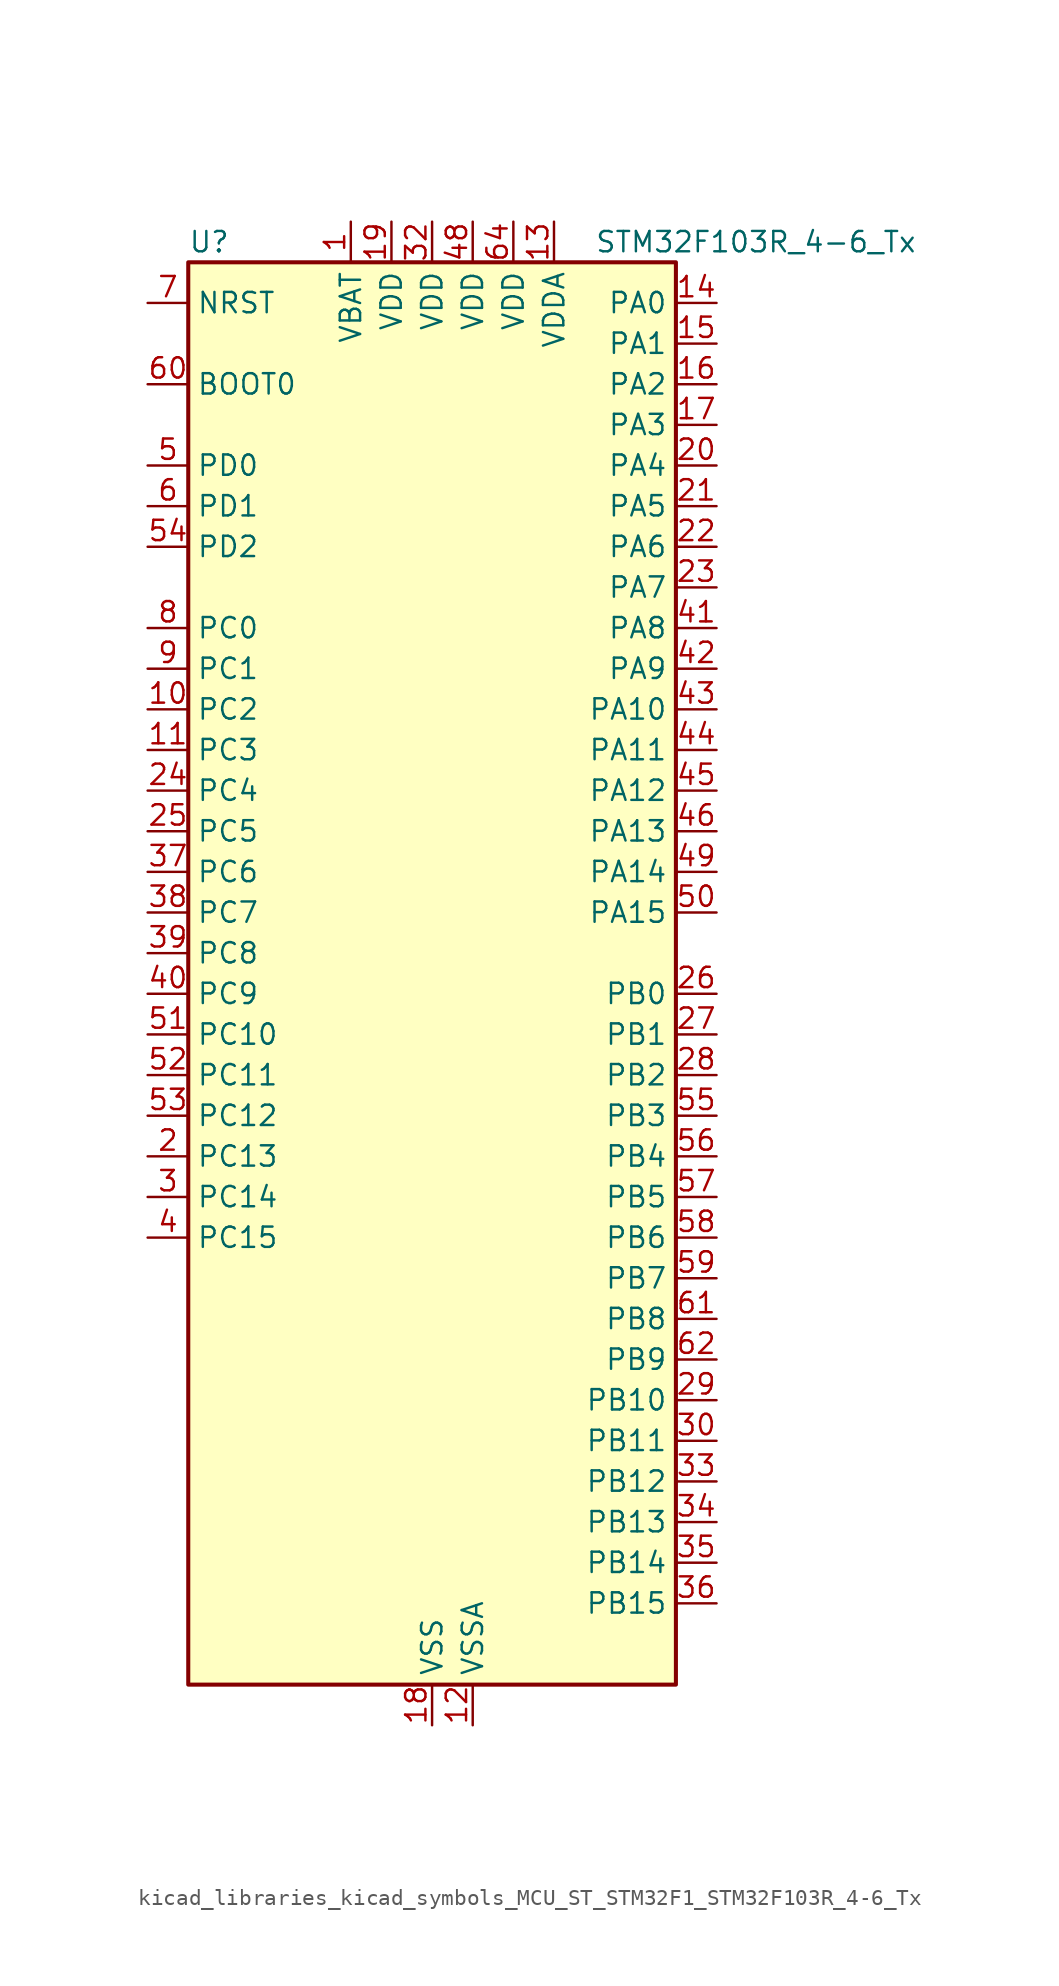
<source format=kicad_sym>
(kicad_symbol_lib
  (version 20220914)
  (generator kicad_symbol_editor)
  (symbol "kicad_libraries_kicad_symbols_MCU_ST_STM32F1_STM32F103R_4-6_Tx"
    (property "Reference" "U"
      (at -15.24 46.99 0)
      (effects (font (size 1.27 1.27)) (justify left)))
    (property "Value" "STM32F103R_4-6_Tx"
      (at 10.16 46.99 0)
      (effects (font (size 1.27 1.27)) (justify left)))
    (property "ki_locked" ""
      (at 0 0 0)
      (effects (font (size 1.27 1.27))))
    (symbol "kicad_libraries_kicad_symbols_MCU_ST_STM32F1_STM32F103R_4-6_Tx_0_1"
      (rectangle (start -15.24 -43.18) (end 15.24 45.72) (stroke (width 0.254) (type default)) (fill (type background))))
    (symbol "kicad_libraries_kicad_symbols_MCU_ST_STM32F1_STM32F103R_4-6_Tx_1_1"
      (pin power_in line (at -5.08 48.26 270) (length 2.54) (name "VBAT" (effects (font (size 1.27 1.27)))) (number "1" (effects (font (size 1.27 1.27)))))
      (pin bidirectional line (at -17.78 17.78 0) (length 2.54) (name "PC2" (effects (font (size 1.27 1.27)))) (number "10" (effects (font (size 1.27 1.27)))) (alternate "ADC1_IN12" bidirectional line) (alternate "ADC2_IN12" bidirectional line))
      (pin bidirectional line (at -17.78 15.24 0) (length 2.54) (name "PC3" (effects (font (size 1.27 1.27)))) (number "11" (effects (font (size 1.27 1.27)))) (alternate "ADC1_IN13" bidirectional line) (alternate "ADC2_IN13" bidirectional line))
      (pin power_in line (at 2.54 -45.72 90) (length 2.54) (name "VSSA" (effects (font (size 1.27 1.27)))) (number "12" (effects (font (size 1.27 1.27)))))
      (pin power_in line (at 7.62 48.26 270) (length 2.54) (name "VDDA" (effects (font (size 1.27 1.27)))) (number "13" (effects (font (size 1.27 1.27)))))
      (pin bidirectional line (at 17.78 43.18 180) (length 2.54) (name "PA0" (effects (font (size 1.27 1.27)))) (number "14" (effects (font (size 1.27 1.27)))) (alternate "ADC1_IN0" bidirectional line) (alternate "ADC2_IN0" bidirectional line) (alternate "SYS_WKUP" bidirectional line) (alternate "TIM2_CH1" bidirectional line) (alternate "TIM2_ETR" bidirectional line) (alternate "USART2_CTS" bidirectional line))
      (pin bidirectional line (at 17.78 40.64 180) (length 2.54) (name "PA1" (effects (font (size 1.27 1.27)))) (number "15" (effects (font (size 1.27 1.27)))) (alternate "ADC1_IN1" bidirectional line) (alternate "ADC2_IN1" bidirectional line) (alternate "TIM2_CH2" bidirectional line) (alternate "USART2_RTS" bidirectional line))
      (pin bidirectional line (at 17.78 38.1 180) (length 2.54) (name "PA2" (effects (font (size 1.27 1.27)))) (number "16" (effects (font (size 1.27 1.27)))) (alternate "ADC1_IN2" bidirectional line) (alternate "ADC2_IN2" bidirectional line) (alternate "TIM2_CH3" bidirectional line) (alternate "USART2_TX" bidirectional line))
      (pin bidirectional line (at 17.78 35.56 180) (length 2.54) (name "PA3" (effects (font (size 1.27 1.27)))) (number "17" (effects (font (size 1.27 1.27)))) (alternate "ADC1_IN3" bidirectional line) (alternate "ADC2_IN3" bidirectional line) (alternate "TIM2_CH4" bidirectional line) (alternate "USART2_RX" bidirectional line))
      (pin power_in line (at 0 -45.72 90) (length 2.54) (name "VSS" (effects (font (size 1.27 1.27)))) (number "18" (effects (font (size 1.27 1.27)))))
      (pin power_in line (at -2.54 48.26 270) (length 2.54) (name "VDD" (effects (font (size 1.27 1.27)))) (number "19" (effects (font (size 1.27 1.27)))))
      (pin bidirectional line (at -17.78 -10.16 0) (length 2.54) (name "PC13" (effects (font (size 1.27 1.27)))) (number "2" (effects (font (size 1.27 1.27)))) (alternate "RTC_OUT" bidirectional line) (alternate "RTC_TAMPER" bidirectional line))
      (pin bidirectional line (at 17.78 33.02 180) (length 2.54) (name "PA4" (effects (font (size 1.27 1.27)))) (number "20" (effects (font (size 1.27 1.27)))) (alternate "ADC1_IN4" bidirectional line) (alternate "ADC2_IN4" bidirectional line) (alternate "SPI1_NSS" bidirectional line) (alternate "USART2_CK" bidirectional line))
      (pin bidirectional line (at 17.78 30.48 180) (length 2.54) (name "PA5" (effects (font (size 1.27 1.27)))) (number "21" (effects (font (size 1.27 1.27)))) (alternate "ADC1_IN5" bidirectional line) (alternate "ADC2_IN5" bidirectional line) (alternate "SPI1_SCK" bidirectional line))
      (pin bidirectional line (at 17.78 27.94 180) (length 2.54) (name "PA6" (effects (font (size 1.27 1.27)))) (number "22" (effects (font (size 1.27 1.27)))) (alternate "ADC1_IN6" bidirectional line) (alternate "ADC2_IN6" bidirectional line) (alternate "SPI1_MISO" bidirectional line) (alternate "TIM1_BKIN" bidirectional line) (alternate "TIM3_CH1" bidirectional line))
      (pin bidirectional line (at 17.78 25.4 180) (length 2.54) (name "PA7" (effects (font (size 1.27 1.27)))) (number "23" (effects (font (size 1.27 1.27)))) (alternate "ADC1_IN7" bidirectional line) (alternate "ADC2_IN7" bidirectional line) (alternate "SPI1_MOSI" bidirectional line) (alternate "TIM1_CH1N" bidirectional line) (alternate "TIM3_CH2" bidirectional line))
      (pin bidirectional line (at -17.78 12.7 0) (length 2.54) (name "PC4" (effects (font (size 1.27 1.27)))) (number "24" (effects (font (size 1.27 1.27)))) (alternate "ADC1_IN14" bidirectional line) (alternate "ADC2_IN14" bidirectional line))
      (pin bidirectional line (at -17.78 10.16 0) (length 2.54) (name "PC5" (effects (font (size 1.27 1.27)))) (number "25" (effects (font (size 1.27 1.27)))) (alternate "ADC1_IN15" bidirectional line) (alternate "ADC2_IN15" bidirectional line))
      (pin bidirectional line (at 17.78 0 180) (length 2.54) (name "PB0" (effects (font (size 1.27 1.27)))) (number "26" (effects (font (size 1.27 1.27)))) (alternate "ADC1_IN8" bidirectional line) (alternate "ADC2_IN8" bidirectional line) (alternate "TIM1_CH2N" bidirectional line) (alternate "TIM3_CH3" bidirectional line))
      (pin bidirectional line (at 17.78 -2.54 180) (length 2.54) (name "PB1" (effects (font (size 1.27 1.27)))) (number "27" (effects (font (size 1.27 1.27)))) (alternate "ADC1_IN9" bidirectional line) (alternate "ADC2_IN9" bidirectional line) (alternate "TIM1_CH3N" bidirectional line) (alternate "TIM3_CH4" bidirectional line))
      (pin bidirectional line (at 17.78 -5.08 180) (length 2.54) (name "PB2" (effects (font (size 1.27 1.27)))) (number "28" (effects (font (size 1.27 1.27)))))
      (pin bidirectional line (at 17.78 -25.4 180) (length 2.54) (name "PB10" (effects (font (size 1.27 1.27)))) (number "29" (effects (font (size 1.27 1.27)))) (alternate "TIM2_CH3" bidirectional line))
      (pin bidirectional line (at -17.78 -12.7 0) (length 2.54) (name "PC14" (effects (font (size 1.27 1.27)))) (number "3" (effects (font (size 1.27 1.27)))) (alternate "RCC_OSC32_IN" bidirectional line))
      (pin bidirectional line (at 17.78 -27.94 180) (length 2.54) (name "PB11" (effects (font (size 1.27 1.27)))) (number "30" (effects (font (size 1.27 1.27)))) (alternate "ADC1_EXTI11" bidirectional line) (alternate "ADC2_EXTI11" bidirectional line) (alternate "TIM2_CH4" bidirectional line))
      (pin passive line (at 0 -45.72 90) (length 2.54) hide (name "VSS" (effects (font (size 1.27 1.27)))) (number "31" (effects (font (size 1.27 1.27)))))
      (pin power_in line (at 0 48.26 270) (length 2.54) (name "VDD" (effects (font (size 1.27 1.27)))) (number "32" (effects (font (size 1.27 1.27)))))
      (pin bidirectional line (at 17.78 -30.48 180) (length 2.54) (name "PB12" (effects (font (size 1.27 1.27)))) (number "33" (effects (font (size 1.27 1.27)))) (alternate "TIM1_BKIN" bidirectional line))
      (pin bidirectional line (at 17.78 -33.02 180) (length 2.54) (name "PB13" (effects (font (size 1.27 1.27)))) (number "34" (effects (font (size 1.27 1.27)))) (alternate "TIM1_CH1N" bidirectional line))
      (pin bidirectional line (at 17.78 -35.56 180) (length 2.54) (name "PB14" (effects (font (size 1.27 1.27)))) (number "35" (effects (font (size 1.27 1.27)))) (alternate "TIM1_CH2N" bidirectional line))
      (pin bidirectional line (at 17.78 -38.1 180) (length 2.54) (name "PB15" (effects (font (size 1.27 1.27)))) (number "36" (effects (font (size 1.27 1.27)))) (alternate "ADC1_EXTI15" bidirectional line) (alternate "ADC2_EXTI15" bidirectional line) (alternate "TIM1_CH3N" bidirectional line))
      (pin bidirectional line (at -17.78 7.62 0) (length 2.54) (name "PC6" (effects (font (size 1.27 1.27)))) (number "37" (effects (font (size 1.27 1.27)))) (alternate "TIM3_CH1" bidirectional line))
      (pin bidirectional line (at -17.78 5.08 0) (length 2.54) (name "PC7" (effects (font (size 1.27 1.27)))) (number "38" (effects (font (size 1.27 1.27)))) (alternate "TIM3_CH2" bidirectional line))
      (pin bidirectional line (at -17.78 2.54 0) (length 2.54) (name "PC8" (effects (font (size 1.27 1.27)))) (number "39" (effects (font (size 1.27 1.27)))) (alternate "TIM3_CH3" bidirectional line))
      (pin bidirectional line (at -17.78 -15.24 0) (length 2.54) (name "PC15" (effects (font (size 1.27 1.27)))) (number "4" (effects (font (size 1.27 1.27)))) (alternate "ADC1_EXTI15" bidirectional line) (alternate "ADC2_EXTI15" bidirectional line) (alternate "RCC_OSC32_OUT" bidirectional line))
      (pin bidirectional line (at -17.78 0 0) (length 2.54) (name "PC9" (effects (font (size 1.27 1.27)))) (number "40" (effects (font (size 1.27 1.27)))) (alternate "TIM3_CH4" bidirectional line))
      (pin bidirectional line (at 17.78 22.86 180) (length 2.54) (name "PA8" (effects (font (size 1.27 1.27)))) (number "41" (effects (font (size 1.27 1.27)))) (alternate "RCC_MCO" bidirectional line) (alternate "TIM1_CH1" bidirectional line) (alternate "USART1_CK" bidirectional line))
      (pin bidirectional line (at 17.78 20.32 180) (length 2.54) (name "PA9" (effects (font (size 1.27 1.27)))) (number "42" (effects (font (size 1.27 1.27)))) (alternate "TIM1_CH2" bidirectional line) (alternate "USART1_TX" bidirectional line))
      (pin bidirectional line (at 17.78 17.78 180) (length 2.54) (name "PA10" (effects (font (size 1.27 1.27)))) (number "43" (effects (font (size 1.27 1.27)))) (alternate "TIM1_CH3" bidirectional line) (alternate "USART1_RX" bidirectional line))
      (pin bidirectional line (at 17.78 15.24 180) (length 2.54) (name "PA11" (effects (font (size 1.27 1.27)))) (number "44" (effects (font (size 1.27 1.27)))) (alternate "ADC1_EXTI11" bidirectional line) (alternate "ADC2_EXTI11" bidirectional line) (alternate "CAN_RX" bidirectional line) (alternate "TIM1_CH4" bidirectional line) (alternate "USART1_CTS" bidirectional line) (alternate "USB_DM" bidirectional line))
      (pin bidirectional line (at 17.78 12.7 180) (length 2.54) (name "PA12" (effects (font (size 1.27 1.27)))) (number "45" (effects (font (size 1.27 1.27)))) (alternate "CAN_TX" bidirectional line) (alternate "TIM1_ETR" bidirectional line) (alternate "USART1_RTS" bidirectional line) (alternate "USB_DP" bidirectional line))
      (pin bidirectional line (at 17.78 10.16 180) (length 2.54) (name "PA13" (effects (font (size 1.27 1.27)))) (number "46" (effects (font (size 1.27 1.27)))) (alternate "SYS_JTMS-SWDIO" bidirectional line))
      (pin passive line (at 0 -45.72 90) (length 2.54) hide (name "VSS" (effects (font (size 1.27 1.27)))) (number "47" (effects (font (size 1.27 1.27)))))
      (pin power_in line (at 2.54 48.26 270) (length 2.54) (name "VDD" (effects (font (size 1.27 1.27)))) (number "48" (effects (font (size 1.27 1.27)))))
      (pin bidirectional line (at 17.78 7.62 180) (length 2.54) (name "PA14" (effects (font (size 1.27 1.27)))) (number "49" (effects (font (size 1.27 1.27)))) (alternate "SYS_JTCK-SWCLK" bidirectional line))
      (pin bidirectional line (at -17.78 33.02 0) (length 2.54) (name "PD0" (effects (font (size 1.27 1.27)))) (number "5" (effects (font (size 1.27 1.27)))) (alternate "RCC_OSC_IN" bidirectional line))
      (pin bidirectional line (at 17.78 5.08 180) (length 2.54) (name "PA15" (effects (font (size 1.27 1.27)))) (number "50" (effects (font (size 1.27 1.27)))) (alternate "ADC1_EXTI15" bidirectional line) (alternate "ADC2_EXTI15" bidirectional line) (alternate "SPI1_NSS" bidirectional line) (alternate "SYS_JTDI" bidirectional line) (alternate "TIM2_CH1" bidirectional line) (alternate "TIM2_ETR" bidirectional line))
      (pin bidirectional line (at -17.78 -2.54 0) (length 2.54) (name "PC10" (effects (font (size 1.27 1.27)))) (number "51" (effects (font (size 1.27 1.27)))))
      (pin bidirectional line (at -17.78 -5.08 0) (length 2.54) (name "PC11" (effects (font (size 1.27 1.27)))) (number "52" (effects (font (size 1.27 1.27)))) (alternate "ADC1_EXTI11" bidirectional line) (alternate "ADC2_EXTI11" bidirectional line))
      (pin bidirectional line (at -17.78 -7.62 0) (length 2.54) (name "PC12" (effects (font (size 1.27 1.27)))) (number "53" (effects (font (size 1.27 1.27)))))
      (pin bidirectional line (at -17.78 27.94 0) (length 2.54) (name "PD2" (effects (font (size 1.27 1.27)))) (number "54" (effects (font (size 1.27 1.27)))) (alternate "TIM3_ETR" bidirectional line))
      (pin bidirectional line (at 17.78 -7.62 180) (length 2.54) (name "PB3" (effects (font (size 1.27 1.27)))) (number "55" (effects (font (size 1.27 1.27)))) (alternate "SPI1_SCK" bidirectional line) (alternate "SYS_JTDO-TRACESWO" bidirectional line) (alternate "TIM2_CH2" bidirectional line))
      (pin bidirectional line (at 17.78 -10.16 180) (length 2.54) (name "PB4" (effects (font (size 1.27 1.27)))) (number "56" (effects (font (size 1.27 1.27)))) (alternate "SPI1_MISO" bidirectional line) (alternate "SYS_NJTRST" bidirectional line) (alternate "TIM3_CH1" bidirectional line))
      (pin bidirectional line (at 17.78 -12.7 180) (length 2.54) (name "PB5" (effects (font (size 1.27 1.27)))) (number "57" (effects (font (size 1.27 1.27)))) (alternate "I2C1_SMBA" bidirectional line) (alternate "SPI1_MOSI" bidirectional line) (alternate "TIM3_CH2" bidirectional line))
      (pin bidirectional line (at 17.78 -15.24 180) (length 2.54) (name "PB6" (effects (font (size 1.27 1.27)))) (number "58" (effects (font (size 1.27 1.27)))) (alternate "I2C1_SCL" bidirectional line) (alternate "USART1_TX" bidirectional line))
      (pin bidirectional line (at 17.78 -17.78 180) (length 2.54) (name "PB7" (effects (font (size 1.27 1.27)))) (number "59" (effects (font (size 1.27 1.27)))) (alternate "I2C1_SDA" bidirectional line) (alternate "USART1_RX" bidirectional line))
      (pin bidirectional line (at -17.78 30.48 0) (length 2.54) (name "PD1" (effects (font (size 1.27 1.27)))) (number "6" (effects (font (size 1.27 1.27)))) (alternate "RCC_OSC_OUT" bidirectional line))
      (pin input line (at -17.78 38.1 0) (length 2.54) (name "BOOT0" (effects (font (size 1.27 1.27)))) (number "60" (effects (font (size 1.27 1.27)))))
      (pin bidirectional line (at 17.78 -20.32 180) (length 2.54) (name "PB8" (effects (font (size 1.27 1.27)))) (number "61" (effects (font (size 1.27 1.27)))) (alternate "CAN_RX" bidirectional line) (alternate "I2C1_SCL" bidirectional line))
      (pin bidirectional line (at 17.78 -22.86 180) (length 2.54) (name "PB9" (effects (font (size 1.27 1.27)))) (number "62" (effects (font (size 1.27 1.27)))) (alternate "CAN_TX" bidirectional line) (alternate "I2C1_SDA" bidirectional line))
      (pin passive line (at 0 -45.72 90) (length 2.54) hide (name "VSS" (effects (font (size 1.27 1.27)))) (number "63" (effects (font (size 1.27 1.27)))))
      (pin power_in line (at 5.08 48.26 270) (length 2.54) (name "VDD" (effects (font (size 1.27 1.27)))) (number "64" (effects (font (size 1.27 1.27)))))
      (pin input line (at -17.78 43.18 0) (length 2.54) (name "NRST" (effects (font (size 1.27 1.27)))) (number "7" (effects (font (size 1.27 1.27)))))
      (pin bidirectional line (at -17.78 22.86 0) (length 2.54) (name "PC0" (effects (font (size 1.27 1.27)))) (number "8" (effects (font (size 1.27 1.27)))) (alternate "ADC1_IN10" bidirectional line) (alternate "ADC2_IN10" bidirectional line))
      (pin bidirectional line (at -17.78 20.32 0) (length 2.54) (name "PC1" (effects (font (size 1.27 1.27)))) (number "9" (effects (font (size 1.27 1.27)))) (alternate "ADC1_IN11" bidirectional line) (alternate "ADC2_IN11" bidirectional line)))))
</source>
